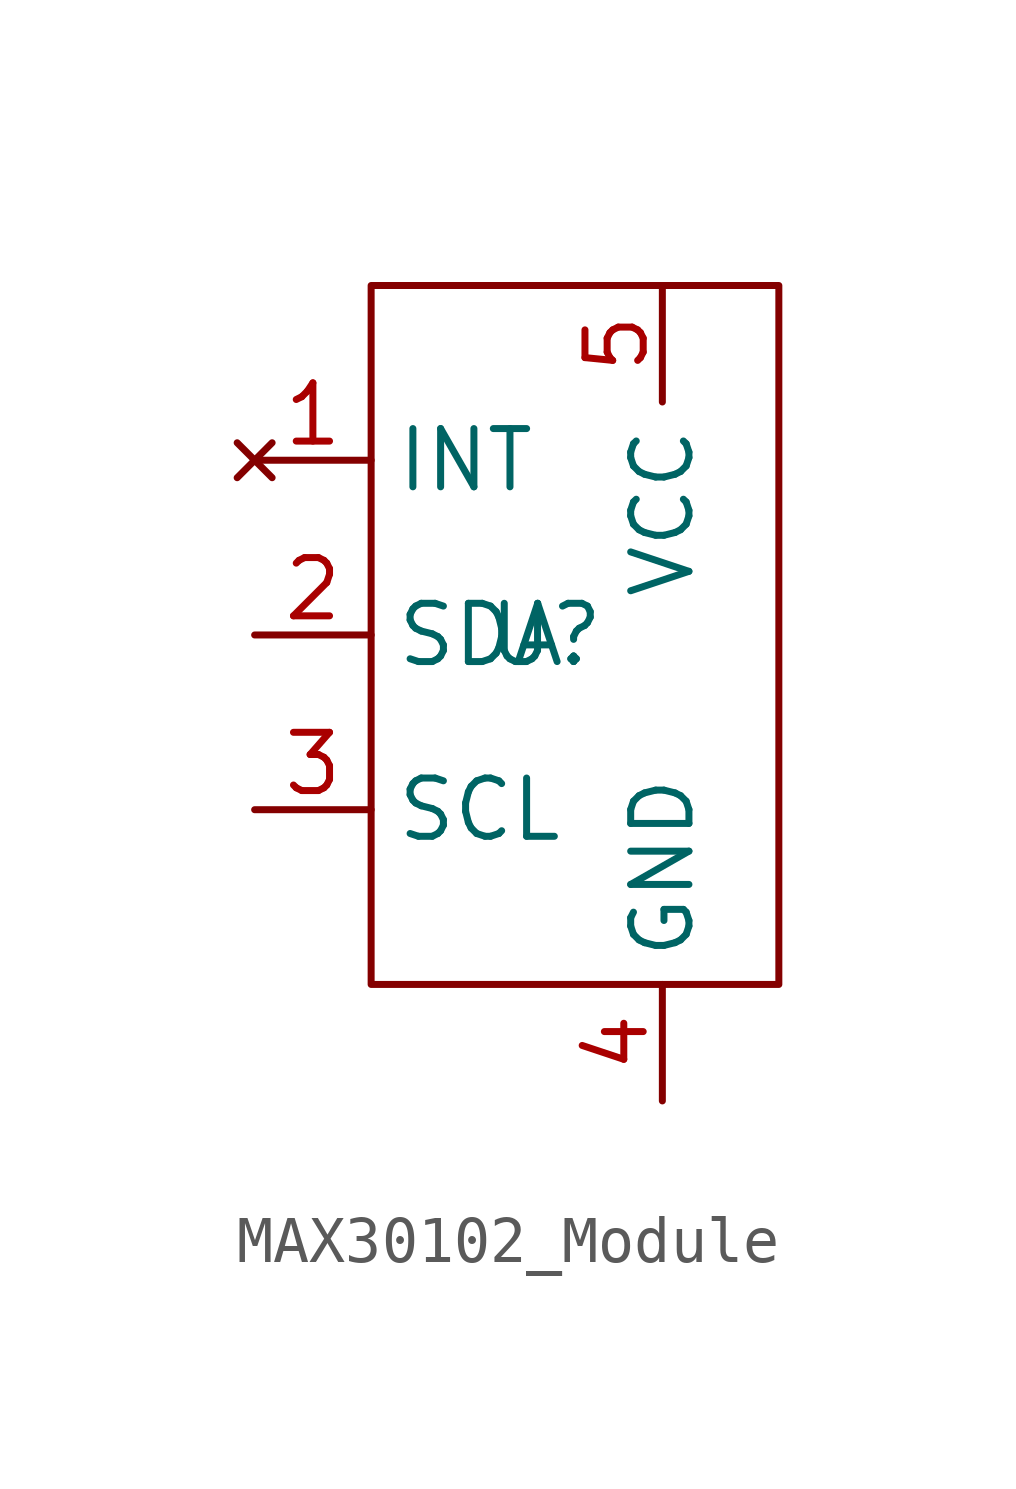
<source format=kicad_sym>
(kicad_symbol_lib
  (version 20241209)
  (generator "kicad_symbol_editor")
  (generator_version "9.0")
  (symbol "MAX30102_Module"
    (property "Reference" "U"
      (at 0 0 0)
      (effects (font (size 1.27 1.27))))
    (property "Value" ""
      (at 0 0 0)
      (effects (font (size 1.27 1.27))))
    (symbol "MAX30102_Module_0_1"
      (rectangle (start -3.81 7.62) (end 5.08 -7.62) (stroke (width 0) (type default)) (fill (type none))))
    (symbol "MAX30102_Module_1_1"
      (pin no_connect line (at -6.35 3.81 0) (length 2.54) (name "INT" (effects (font (size 1.27 1.27)))) (number "1" (effects (font (size 1.27 1.27)))))
      (pin bidirectional line (at -6.35 0 0) (length 2.54) (name "SDA" (effects (font (size 1.27 1.27)))) (number "2" (effects (font (size 1.27 1.27)))))
      (pin input line (at -6.35 -3.81 0) (length 2.54) (name "SCL" (effects (font (size 1.27 1.27)))) (number "3" (effects (font (size 1.27 1.27)))))
      (pin power_in line (at 2.54 7.62 270) (length 2.54) (name "VCC" (effects (font (size 1.27 1.27)))) (number "5" (effects (font (size 1.27 1.27)))))
      (pin power_out line (at 2.54 -10.16 90) (length 2.54) (name "GND" (effects (font (size 1.27 1.27)))) (number "4" (effects (font (size 1.27 1.27))))))))
</source>
